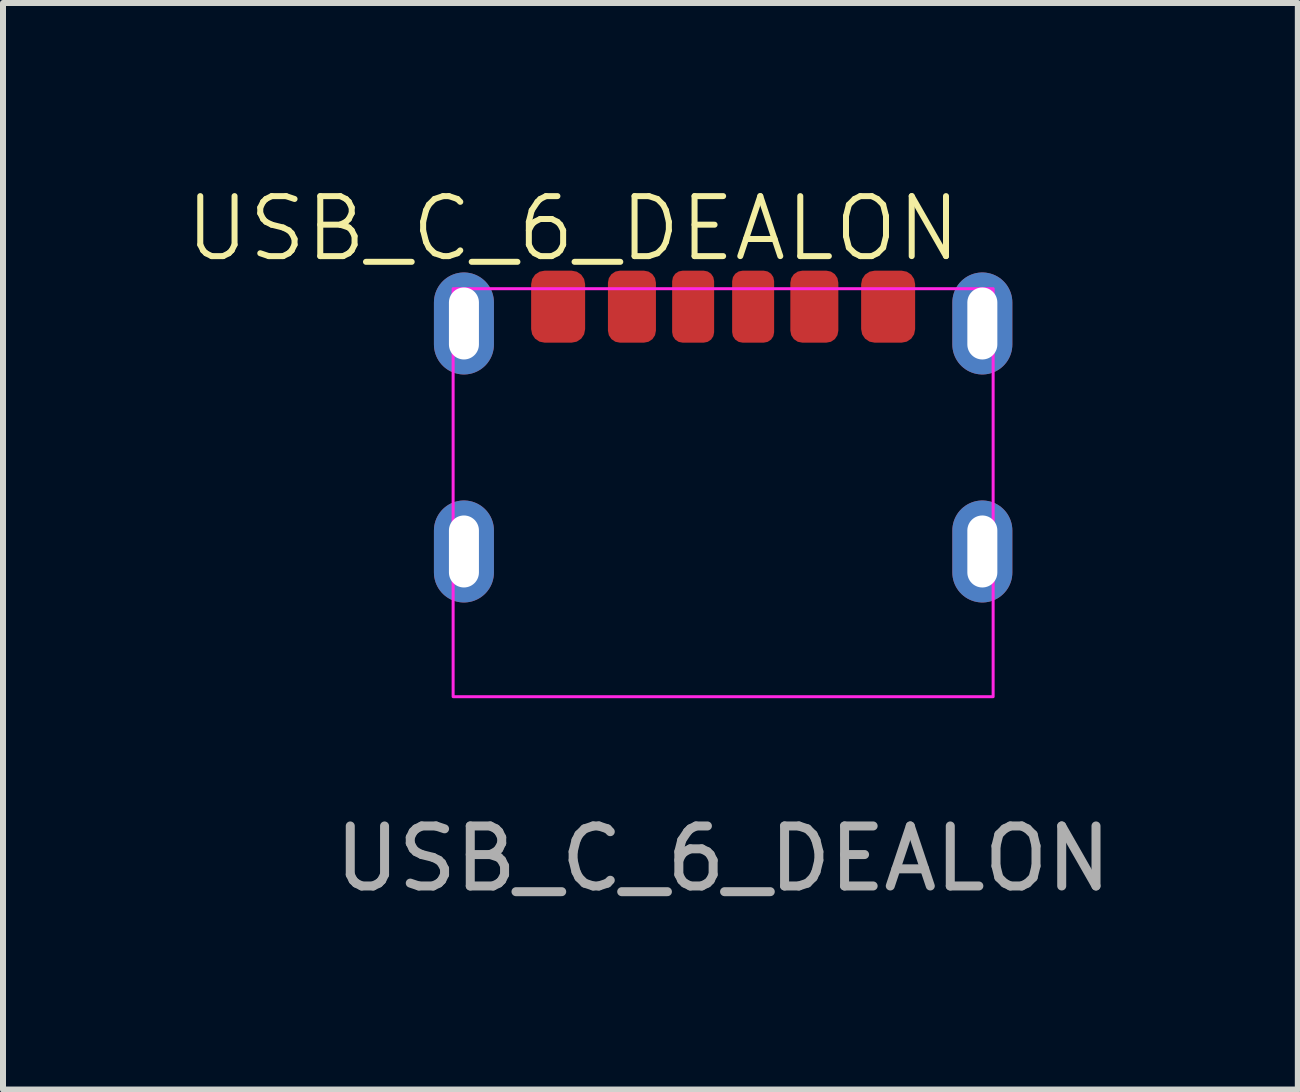
<source format=kicad_pcb>
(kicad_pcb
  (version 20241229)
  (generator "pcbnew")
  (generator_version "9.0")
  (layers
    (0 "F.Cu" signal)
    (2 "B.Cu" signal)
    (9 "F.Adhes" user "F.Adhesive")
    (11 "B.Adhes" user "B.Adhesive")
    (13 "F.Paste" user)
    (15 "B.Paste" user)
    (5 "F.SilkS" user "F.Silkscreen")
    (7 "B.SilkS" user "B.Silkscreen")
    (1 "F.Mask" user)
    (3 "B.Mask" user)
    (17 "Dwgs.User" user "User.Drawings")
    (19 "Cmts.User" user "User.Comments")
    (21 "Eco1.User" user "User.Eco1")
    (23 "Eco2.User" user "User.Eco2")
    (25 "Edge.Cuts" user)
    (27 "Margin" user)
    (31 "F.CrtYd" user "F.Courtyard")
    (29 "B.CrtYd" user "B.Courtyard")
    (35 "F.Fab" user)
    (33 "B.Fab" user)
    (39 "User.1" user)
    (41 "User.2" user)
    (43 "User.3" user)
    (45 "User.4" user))
  (footprint "USB_C_6_DEALON"
    (layer "F.Cu")
    (at 9.002 2.061)
    (property "Reference" "USB_C_6_DEALON" (at -2.5 -1.3 0) (unlocked yes) (layer "F.SilkS") (effects (font (size 1 1) (thickness 0.1))))
    (attr smd)
    (fp_rect (start 4.5 6.5) (end -4.5 -0.3) (stroke (width 0.05) (type default)) (fill no) (layer "F.CrtYd"))
    (fp_text user "${REFERENCE}" (at 0 9.2 0) (unlocked yes) (layer "F.Fab") (effects (font (size 1 1) (thickness 0.15))))
    (pad "A5" smd roundrect (at -0.5 0) (size 0.7 1.2) (layers "F.Cu" "F.Mask" "F.Paste") (roundrect_rratio 0.25))
    (pad "A9" smd roundrect (at 1.52 0) (size 0.8 1.2) (layers "F.Cu" "F.Mask" "F.Paste") (roundrect_rratio 0.25))
    (pad "A12" smd roundrect (at 2.75 0) (size 0.9 1.2) (layers "F.Cu" "F.Mask" "F.Paste") (roundrect_rratio 0.25))
    (pad "B5" smd roundrect (at 0.5 0) (size 0.7 1.2) (layers "F.Cu" "F.Mask" "F.Paste") (roundrect_rratio 0.25))
    (pad "B9" smd roundrect (at -1.52 0) (size 0.8 1.2) (layers "F.Cu" "F.Mask" "F.Paste") (roundrect_rratio 0.25))
    (pad "B12" smd roundrect (at -2.75 0) (size 0.9 1.2) (layers "F.Cu" "F.Mask" "F.Paste") (roundrect_rratio 0.25))
    (pad "S1" thru_hole oval (at -4.32 0.28) (size 1 1.7) (drill oval 0.5 1.2) (layers "*.Cu" "*.Mask"))
    (pad "S1" thru_hole oval (at -4.32 4.08) (size 1 1.7) (drill oval 0.5 1.2) (layers "*.Cu" "*.Mask"))
    (pad "S1" thru_hole oval (at 4.32 0.28) (size 1 1.7) (drill oval 0.5 1.2) (layers "*.Cu" "*.Mask"))
    (pad "S1" thru_hole oval (at 4.32 4.08) (size 1 1.7) (drill oval 0.5 1.2) (layers "*.Cu" "*.Mask")))
  (gr_rect
    (start -3 -3)
    (end 18.58 15.109)
    (stroke (width 0.1) (type default))
    (fill no)
    (layer "Edge.Cuts")))
</source>
